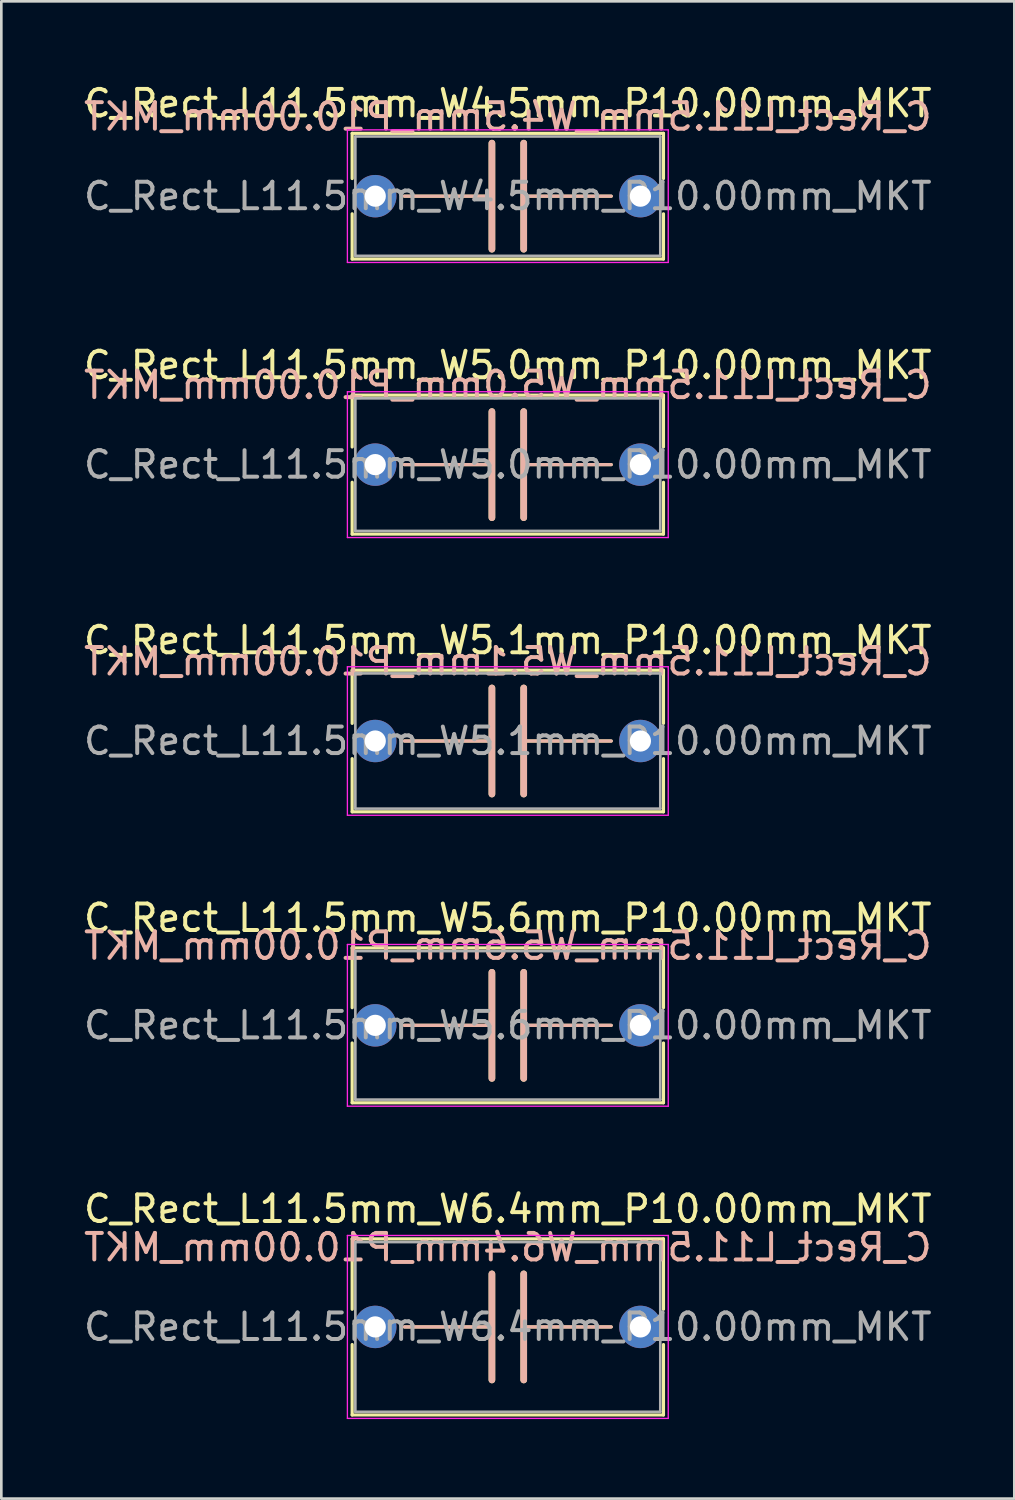
<source format=kicad_pcb>
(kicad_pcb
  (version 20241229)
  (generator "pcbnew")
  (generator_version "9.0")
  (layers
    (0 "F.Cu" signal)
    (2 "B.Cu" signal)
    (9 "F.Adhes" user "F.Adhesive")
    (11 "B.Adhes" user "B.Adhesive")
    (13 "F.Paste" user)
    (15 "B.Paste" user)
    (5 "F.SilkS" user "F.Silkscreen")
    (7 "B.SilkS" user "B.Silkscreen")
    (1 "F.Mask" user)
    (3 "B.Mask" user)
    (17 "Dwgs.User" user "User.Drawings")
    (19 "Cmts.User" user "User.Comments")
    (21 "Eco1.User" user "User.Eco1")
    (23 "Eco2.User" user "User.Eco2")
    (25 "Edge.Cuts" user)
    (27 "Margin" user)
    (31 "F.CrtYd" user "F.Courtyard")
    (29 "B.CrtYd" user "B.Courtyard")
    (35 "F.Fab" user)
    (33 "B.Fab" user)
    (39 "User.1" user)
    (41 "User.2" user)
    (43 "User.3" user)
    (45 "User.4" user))
  (footprint "C_Rect_L11.5mm_W5.1mm_P10.00mm_MKT"
    (layer "F.Cu")
    (at 11.101 24.895)
    (property "Reference" "C_Rect_L11.5mm_W5.1mm_P10.00mm_MKT" (at 5 -3.8 0) (layer "F.SilkS") (effects (font (size 1 1) (thickness 0.15))))
    (fp_line (start -0.87 -2.67) (end -0.87 -0.665) (stroke (width 0.12) (type solid)) (layer "F.SilkS"))
    (fp_line (start -0.87 -2.67) (end 10.87 -2.67) (stroke (width 0.12) (type solid)) (layer "F.SilkS"))
    (fp_line (start -0.87 0.665) (end -0.87 2.67) (stroke (width 0.12) (type solid)) (layer "F.SilkS"))
    (fp_line (start -0.87 2.67) (end 10.87 2.67) (stroke (width 0.12) (type solid)) (layer "F.SilkS"))
    (fp_line (start 1.1 0) (end 4.4 0) (stroke (width 0.12) (type solid)) (layer "F.SilkS"))
    (fp_line (start 4.4 2) (end 4.4 -2) (stroke (width 0.25) (type solid)) (layer "F.SilkS"))
    (fp_line (start 5.6 2) (end 5.6 -2) (stroke (width 0.25) (type solid)) (layer "F.SilkS"))
    (fp_line (start 8.9 0) (end 5.6 0) (stroke (width 0.12) (type solid)) (layer "F.SilkS"))
    (fp_line (start 10.87 -2.67) (end 10.87 -0.665) (stroke (width 0.12) (type solid)) (layer "F.SilkS"))
    (fp_line (start 10.87 0.665) (end 10.87 2.67) (stroke (width 0.12) (type solid)) (layer "F.SilkS"))
    (fp_line (start 1.1 0) (end 4.4 0) (stroke (width 0.12) (type solid)) (layer "B.SilkS"))
    (fp_line (start 4.4 -2) (end 4.4 2) (stroke (width 0.25) (type solid)) (layer "B.SilkS"))
    (fp_line (start 5.6 -2) (end 5.6 2) (stroke (width 0.25) (type solid)) (layer "B.SilkS"))
    (fp_line (start 8.9 0) (end 5.6 0) (stroke (width 0.12) (type solid)) (layer "B.SilkS"))
    (fp_line (start -1.05 -2.8) (end -1.05 2.8) (stroke (width 0.05) (type solid)) (layer "F.CrtYd"))
    (fp_line (start -1.05 2.8) (end 11.05 2.8) (stroke (width 0.05) (type solid)) (layer "F.CrtYd"))
    (fp_line (start 11.05 -2.8) (end -1.05 -2.8) (stroke (width 0.05) (type solid)) (layer "F.CrtYd"))
    (fp_line (start 11.05 2.8) (end 11.05 -2.8) (stroke (width 0.05) (type solid)) (layer "F.CrtYd"))
    (fp_line (start -0.75 -2.55) (end -0.75 2.55) (stroke (width 0.1) (type solid)) (layer "F.Fab"))
    (fp_line (start -0.75 2.55) (end 10.75 2.55) (stroke (width 0.1) (type solid)) (layer "F.Fab"))
    (fp_line (start 10.75 -2.55) (end -0.75 -2.55) (stroke (width 0.1) (type solid)) (layer "F.Fab"))
    (fp_line (start 10.75 2.55) (end 10.75 -2.55) (stroke (width 0.1) (type solid)) (layer "F.Fab"))
    (fp_text user "${REFERENCE}" (at 5 -3 0) (layer "B.SilkS") (effects (font (size 1 1) (thickness 0.15)) (justify mirror)))
    (fp_text user "${REFERENCE}" (at 5 0 0) (layer "F.Fab") (effects (font (size 1 1) (thickness 0.15))))
    (pad "1" thru_hole circle (at 0 0) (size 1.6 1.6) (drill 0.8) (layers "*.Cu" "*.Mask"))
    (pad "2" thru_hole circle (at 10 0) (size 1.6 1.6) (drill 0.8) (layers "*.Cu" "*.Mask")))
  (footprint "C_Rect_L11.5mm_W5.0mm_P10.00mm_MKT"
    (layer "F.Cu")
    (at 11.101 14.472)
    (property "Reference" "C_Rect_L11.5mm_W5.0mm_P10.00mm_MKT" (at 5 -3.75 0) (layer "F.SilkS") (effects (font (size 1 1) (thickness 0.15))))
    (fp_line (start -0.87 -2.62) (end -0.87 -0.665) (stroke (width 0.12) (type solid)) (layer "F.SilkS"))
    (fp_line (start -0.87 -2.62) (end 10.87 -2.62) (stroke (width 0.12) (type solid)) (layer "F.SilkS"))
    (fp_line (start -0.87 0.665) (end -0.87 2.62) (stroke (width 0.12) (type solid)) (layer "F.SilkS"))
    (fp_line (start -0.87 2.62) (end 10.87 2.62) (stroke (width 0.12) (type solid)) (layer "F.SilkS"))
    (fp_line (start 1.1 0) (end 4.4 0) (stroke (width 0.12) (type solid)) (layer "F.SilkS"))
    (fp_line (start 4.4 2) (end 4.4 -2) (stroke (width 0.25) (type solid)) (layer "F.SilkS"))
    (fp_line (start 5.6 2) (end 5.6 -2) (stroke (width 0.25) (type solid)) (layer "F.SilkS"))
    (fp_line (start 8.9 0) (end 5.6 0) (stroke (width 0.12) (type solid)) (layer "F.SilkS"))
    (fp_line (start 10.87 -2.62) (end 10.87 -0.665) (stroke (width 0.12) (type solid)) (layer "F.SilkS"))
    (fp_line (start 10.87 0.665) (end 10.87 2.62) (stroke (width 0.12) (type solid)) (layer "F.SilkS"))
    (fp_line (start 1.1 0) (end 4.4 0) (stroke (width 0.12) (type solid)) (layer "B.SilkS"))
    (fp_line (start 4.4 -2) (end 4.4 2) (stroke (width 0.25) (type solid)) (layer "B.SilkS"))
    (fp_line (start 5.6 -2) (end 5.6 2) (stroke (width 0.25) (type solid)) (layer "B.SilkS"))
    (fp_line (start 8.9 0) (end 5.6 0) (stroke (width 0.12) (type solid)) (layer "B.SilkS"))
    (fp_line (start -1.05 -2.75) (end -1.05 2.75) (stroke (width 0.05) (type solid)) (layer "F.CrtYd"))
    (fp_line (start -1.05 2.75) (end 11.05 2.75) (stroke (width 0.05) (type solid)) (layer "F.CrtYd"))
    (fp_line (start 11.05 -2.75) (end -1.05 -2.75) (stroke (width 0.05) (type solid)) (layer "F.CrtYd"))
    (fp_line (start 11.05 2.75) (end 11.05 -2.75) (stroke (width 0.05) (type solid)) (layer "F.CrtYd"))
    (fp_line (start -0.75 -2.5) (end -0.75 2.5) (stroke (width 0.1) (type solid)) (layer "F.Fab"))
    (fp_line (start -0.75 2.5) (end 10.75 2.5) (stroke (width 0.1) (type solid)) (layer "F.Fab"))
    (fp_line (start 10.75 -2.5) (end -0.75 -2.5) (stroke (width 0.1) (type solid)) (layer "F.Fab"))
    (fp_line (start 10.75 2.5) (end 10.75 -2.5) (stroke (width 0.1) (type solid)) (layer "F.Fab"))
    (fp_text user "${REFERENCE}" (at 5 -3 0) (layer "B.SilkS") (effects (font (size 1 1) (thickness 0.15)) (justify mirror)))
    (fp_text user "${REFERENCE}" (at 5 0 0) (layer "F.Fab") (effects (font (size 1 1) (thickness 0.15))))
    (pad "1" thru_hole circle (at 0 0) (size 1.6 1.6) (drill 0.8) (layers "*.Cu" "*.Mask"))
    (pad "2" thru_hole circle (at 10 0) (size 1.6 1.6) (drill 0.8) (layers "*.Cu" "*.Mask")))
  (footprint "C_Rect_L11.5mm_W4.5mm_P10.00mm_MKT"
    (layer "F.Cu")
    (at 11.101 4.348)
    (property "Reference" "C_Rect_L11.5mm_W4.5mm_P10.00mm_MKT" (at 5 -3.5 0) (layer "F.SilkS") (effects (font (size 1 1) (thickness 0.15))))
    (fp_line (start -0.87 -2.37) (end -0.87 -0.665) (stroke (width 0.12) (type solid)) (layer "F.SilkS"))
    (fp_line (start -0.87 -2.37) (end 10.87 -2.37) (stroke (width 0.12) (type solid)) (layer "F.SilkS"))
    (fp_line (start -0.87 0.665) (end -0.87 2.37) (stroke (width 0.12) (type solid)) (layer "F.SilkS"))
    (fp_line (start -0.87 2.37) (end 10.87 2.37) (stroke (width 0.12) (type solid)) (layer "F.SilkS"))
    (fp_line (start 1.1 0) (end 4.4 0) (stroke (width 0.12) (type solid)) (layer "F.SilkS"))
    (fp_line (start 4.4 2) (end 4.4 -2) (stroke (width 0.25) (type solid)) (layer "F.SilkS"))
    (fp_line (start 5.6 2) (end 5.6 -2) (stroke (width 0.25) (type solid)) (layer "F.SilkS"))
    (fp_line (start 8.9 0) (end 5.6 0) (stroke (width 0.12) (type solid)) (layer "F.SilkS"))
    (fp_line (start 10.87 -2.37) (end 10.87 -0.665) (stroke (width 0.12) (type solid)) (layer "F.SilkS"))
    (fp_line (start 10.87 0.665) (end 10.87 2.37) (stroke (width 0.12) (type solid)) (layer "F.SilkS"))
    (fp_line (start 1.1 0) (end 4.4 0) (stroke (width 0.12) (type solid)) (layer "B.SilkS"))
    (fp_line (start 4.4 -2) (end 4.4 2) (stroke (width 0.25) (type solid)) (layer "B.SilkS"))
    (fp_line (start 5.6 -2) (end 5.6 2) (stroke (width 0.25) (type solid)) (layer "B.SilkS"))
    (fp_line (start 8.9 0) (end 5.6 0) (stroke (width 0.12) (type solid)) (layer "B.SilkS"))
    (fp_line (start -1.05 -2.5) (end -1.05 2.5) (stroke (width 0.05) (type solid)) (layer "F.CrtYd"))
    (fp_line (start -1.05 2.5) (end 11.05 2.5) (stroke (width 0.05) (type solid)) (layer "F.CrtYd"))
    (fp_line (start 11.05 -2.5) (end -1.05 -2.5) (stroke (width 0.05) (type solid)) (layer "F.CrtYd"))
    (fp_line (start 11.05 2.5) (end 11.05 -2.5) (stroke (width 0.05) (type solid)) (layer "F.CrtYd"))
    (fp_line (start -0.75 -2.25) (end -0.75 2.25) (stroke (width 0.1) (type solid)) (layer "F.Fab"))
    (fp_line (start -0.75 2.25) (end 10.75 2.25) (stroke (width 0.1) (type solid)) (layer "F.Fab"))
    (fp_line (start 10.75 -2.25) (end -0.75 -2.25) (stroke (width 0.1) (type solid)) (layer "F.Fab"))
    (fp_line (start 10.75 2.25) (end 10.75 -2.25) (stroke (width 0.1) (type solid)) (layer "F.Fab"))
    (fp_text user "${REFERENCE}" (at 5 -3 0) (layer "B.SilkS") (effects (font (size 1 1) (thickness 0.15)) (justify mirror)))
    (fp_text user "${REFERENCE}" (at 5 0 0) (layer "F.Fab") (effects (font (size 1 1) (thickness 0.15))))
    (pad "1" thru_hole circle (at 0 0) (size 1.6 1.6) (drill 0.8) (layers "*.Cu" "*.Mask"))
    (pad "2" thru_hole circle (at 10 0) (size 1.6 1.6) (drill 0.8) (layers "*.Cu" "*.Mask")))
  (footprint "C_Rect_L11.5mm_W5.6mm_P10.00mm_MKT"
    (layer "F.Cu")
    (at 11.101 35.618)
    (property "Reference" "C_Rect_L11.5mm_W5.6mm_P10.00mm_MKT" (at 5 -4.05 0) (layer "F.SilkS") (effects (font (size 1 1) (thickness 0.15))))
    (fp_line (start -0.87 -2.92) (end -0.87 -0.665) (stroke (width 0.12) (type solid)) (layer "F.SilkS"))
    (fp_line (start -0.87 -2.92) (end 10.87 -2.92) (stroke (width 0.12) (type solid)) (layer "F.SilkS"))
    (fp_line (start -0.87 0.665) (end -0.87 2.92) (stroke (width 0.12) (type solid)) (layer "F.SilkS"))
    (fp_line (start -0.87 2.92) (end 10.87 2.92) (stroke (width 0.12) (type solid)) (layer "F.SilkS"))
    (fp_line (start 1.1 0) (end 4.4 0) (stroke (width 0.12) (type solid)) (layer "F.SilkS"))
    (fp_line (start 4.4 2) (end 4.4 -2) (stroke (width 0.25) (type solid)) (layer "F.SilkS"))
    (fp_line (start 5.6 2) (end 5.6 -2) (stroke (width 0.25) (type solid)) (layer "F.SilkS"))
    (fp_line (start 8.9 0) (end 5.6 0) (stroke (width 0.12) (type solid)) (layer "F.SilkS"))
    (fp_line (start 10.87 -2.92) (end 10.87 -0.665) (stroke (width 0.12) (type solid)) (layer "F.SilkS"))
    (fp_line (start 10.87 0.665) (end 10.87 2.92) (stroke (width 0.12) (type solid)) (layer "F.SilkS"))
    (fp_line (start 1.1 0) (end 4.4 0) (stroke (width 0.12) (type solid)) (layer "B.SilkS"))
    (fp_line (start 4.4 -2) (end 4.4 2) (stroke (width 0.25) (type solid)) (layer "B.SilkS"))
    (fp_line (start 5.6 -2) (end 5.6 2) (stroke (width 0.25) (type solid)) (layer "B.SilkS"))
    (fp_line (start 8.9 0) (end 5.6 0) (stroke (width 0.12) (type solid)) (layer "B.SilkS"))
    (fp_line (start -1.05 -3.05) (end -1.05 3.05) (stroke (width 0.05) (type solid)) (layer "F.CrtYd"))
    (fp_line (start -1.05 3.05) (end 11.05 3.05) (stroke (width 0.05) (type solid)) (layer "F.CrtYd"))
    (fp_line (start 11.05 -3.05) (end -1.05 -3.05) (stroke (width 0.05) (type solid)) (layer "F.CrtYd"))
    (fp_line (start 11.05 3.05) (end 11.05 -3.05) (stroke (width 0.05) (type solid)) (layer "F.CrtYd"))
    (fp_line (start -0.75 -2.8) (end -0.75 2.8) (stroke (width 0.1) (type solid)) (layer "F.Fab"))
    (fp_line (start -0.75 2.8) (end 10.75 2.8) (stroke (width 0.1) (type solid)) (layer "F.Fab"))
    (fp_line (start 10.75 -2.8) (end -0.75 -2.8) (stroke (width 0.1) (type solid)) (layer "F.Fab"))
    (fp_line (start 10.75 2.8) (end 10.75 -2.8) (stroke (width 0.1) (type solid)) (layer "F.Fab"))
    (fp_text user "${REFERENCE}" (at 5 -3 0) (layer "B.SilkS") (effects (font (size 1 1) (thickness 0.15)) (justify mirror)))
    (fp_text user "${REFERENCE}" (at 5 0 0) (layer "F.Fab") (effects (font (size 1 1) (thickness 0.15))))
    (pad "1" thru_hole circle (at 0 0) (size 1.6 1.6) (drill 0.8) (layers "*.Cu" "*.Mask"))
    (pad "2" thru_hole circle (at 10 0) (size 1.6 1.6) (drill 0.8) (layers "*.Cu" "*.Mask")))
  (footprint "C_Rect_L11.5mm_W6.4mm_P10.00mm_MKT"
    (layer "F.Cu")
    (at 11.101 46.991)
    (property "Reference" "C_Rect_L11.5mm_W6.4mm_P10.00mm_MKT" (at 5 -4.45 0) (layer "F.SilkS") (effects (font (size 1 1) (thickness 0.15))))
    (fp_line (start -0.87 -3.32) (end -0.87 -0.665) (stroke (width 0.12) (type solid)) (layer "F.SilkS"))
    (fp_line (start -0.87 -3.32) (end 10.87 -3.32) (stroke (width 0.12) (type solid)) (layer "F.SilkS"))
    (fp_line (start -0.87 0.665) (end -0.87 3.32) (stroke (width 0.12) (type solid)) (layer "F.SilkS"))
    (fp_line (start -0.87 3.32) (end 10.87 3.32) (stroke (width 0.12) (type solid)) (layer "F.SilkS"))
    (fp_line (start 1.1 0) (end 4.4 0) (stroke (width 0.12) (type solid)) (layer "F.SilkS"))
    (fp_line (start 4.4 2) (end 4.4 -2) (stroke (width 0.25) (type solid)) (layer "F.SilkS"))
    (fp_line (start 5.6 2) (end 5.6 -2) (stroke (width 0.25) (type solid)) (layer "F.SilkS"))
    (fp_line (start 8.9 0) (end 5.6 0) (stroke (width 0.12) (type solid)) (layer "F.SilkS"))
    (fp_line (start 10.87 -3.32) (end 10.87 -0.665) (stroke (width 0.12) (type solid)) (layer "F.SilkS"))
    (fp_line (start 10.87 0.665) (end 10.87 3.32) (stroke (width 0.12) (type solid)) (layer "F.SilkS"))
    (fp_line (start 1.1 0) (end 4.4 0) (stroke (width 0.12) (type solid)) (layer "B.SilkS"))
    (fp_line (start 4.4 -2) (end 4.4 2) (stroke (width 0.25) (type solid)) (layer "B.SilkS"))
    (fp_line (start 5.6 -2) (end 5.6 2) (stroke (width 0.25) (type solid)) (layer "B.SilkS"))
    (fp_line (start 8.9 0) (end 5.6 0) (stroke (width 0.12) (type solid)) (layer "B.SilkS"))
    (fp_line (start -1.05 -3.45) (end -1.05 3.45) (stroke (width 0.05) (type solid)) (layer "F.CrtYd"))
    (fp_line (start -1.05 3.45) (end 11.05 3.45) (stroke (width 0.05) (type solid)) (layer "F.CrtYd"))
    (fp_line (start 11.05 -3.45) (end -1.05 -3.45) (stroke (width 0.05) (type solid)) (layer "F.CrtYd"))
    (fp_line (start 11.05 3.45) (end 11.05 -3.45) (stroke (width 0.05) (type solid)) (layer "F.CrtYd"))
    (fp_line (start -0.75 -3.2) (end -0.75 3.2) (stroke (width 0.1) (type solid)) (layer "F.Fab"))
    (fp_line (start -0.75 3.2) (end 10.75 3.2) (stroke (width 0.1) (type solid)) (layer "F.Fab"))
    (fp_line (start 10.75 -3.2) (end -0.75 -3.2) (stroke (width 0.1) (type solid)) (layer "F.Fab"))
    (fp_line (start 10.75 3.2) (end 10.75 -3.2) (stroke (width 0.1) (type solid)) (layer "F.Fab"))
    (fp_text user "${REFERENCE}" (at 5 -3 0) (layer "B.SilkS") (effects (font (size 1 1) (thickness 0.15)) (justify mirror)))
    (fp_text user "${REFERENCE}" (at 5 0 0) (layer "F.Fab") (effects (font (size 1 1) (thickness 0.15))))
    (pad "1" thru_hole circle (at 0 0) (size 1.6 1.6) (drill 0.8) (layers "*.Cu" "*.Mask"))
    (pad "2" thru_hole circle (at 10 0) (size 1.6 1.6) (drill 0.8) (layers "*.Cu" "*.Mask")))
  (gr_rect
    (start -3 -3)
    (end 35.202 53.466)
    (stroke (width 0.1) (type default))
    (fill no)
    (layer "Edge.Cuts")))
</source>
